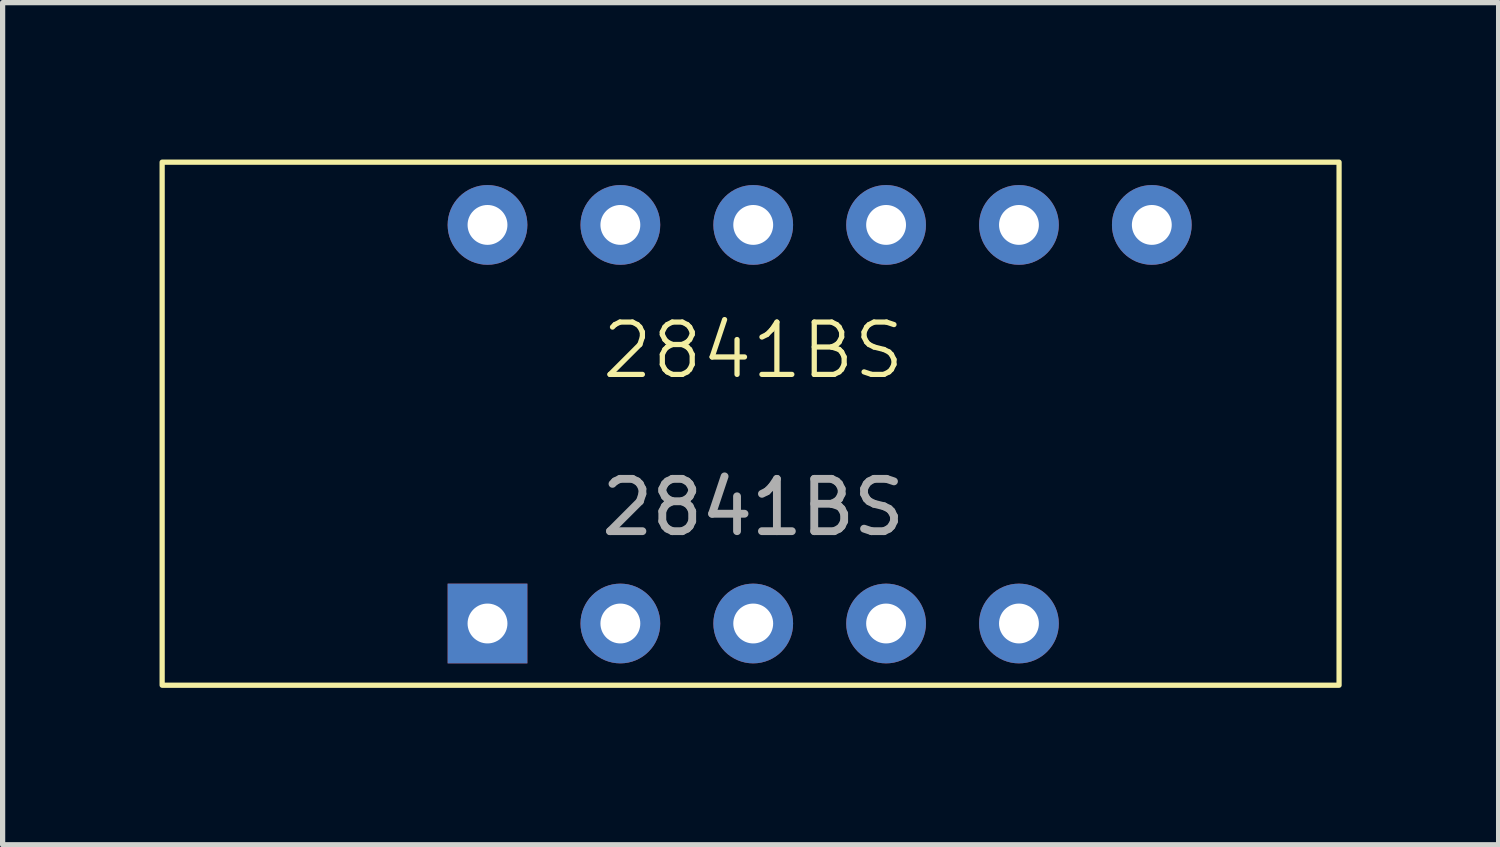
<source format=kicad_pcb>
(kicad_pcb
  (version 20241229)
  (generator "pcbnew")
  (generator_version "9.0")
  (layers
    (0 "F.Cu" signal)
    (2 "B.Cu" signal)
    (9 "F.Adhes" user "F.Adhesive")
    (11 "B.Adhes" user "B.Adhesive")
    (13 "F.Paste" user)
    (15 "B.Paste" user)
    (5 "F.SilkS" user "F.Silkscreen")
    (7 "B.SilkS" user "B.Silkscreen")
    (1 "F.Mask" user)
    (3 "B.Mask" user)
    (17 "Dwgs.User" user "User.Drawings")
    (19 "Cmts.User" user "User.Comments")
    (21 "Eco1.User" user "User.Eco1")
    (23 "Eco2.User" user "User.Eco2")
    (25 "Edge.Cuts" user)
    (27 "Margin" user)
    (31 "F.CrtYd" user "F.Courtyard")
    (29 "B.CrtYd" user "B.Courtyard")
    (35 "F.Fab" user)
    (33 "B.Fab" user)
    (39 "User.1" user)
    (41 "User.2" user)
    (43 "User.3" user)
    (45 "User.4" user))
  (footprint "2841BS"
    (layer "F.Cu")
    (at 11.35 5.85)
    (property "Reference" "2841BS" (at 0 -2.2 0) (unlocked yes) (layer "F.SilkS") (effects (font (size 1 1) (thickness 0.1))))
    (attr through_hole)
    (fp_rect (start -11.3 -5.8) (end 11.2 4.2) (stroke (width 0.1) (type default)) (fill no) (layer "F.SilkS"))
    (fp_text user "${REFERENCE}" (at 0 0.8 0) (unlocked yes) (layer "F.Fab") (effects (font (size 1 1) (thickness 0.15))))
    (pad "1" thru_hole rect (at -5.08 3.02) (size 1.524 1.524) (drill 0.762) (layers "*.Cu" "*.Mask"))
    (pad "2" thru_hole circle (at -2.54 3.02) (size 1.524 1.524) (drill 0.762) (layers "*.Cu" "*.Mask"))
    (pad "3" thru_hole circle (at 0 3.02) (size 1.524 1.524) (drill 0.762) (layers "*.Cu" "*.Mask"))
    (pad "4" thru_hole circle (at 2.54 3.02) (size 1.524 1.524) (drill 0.762) (layers "*.Cu" "*.Mask"))
    (pad "5" thru_hole circle (at 5.08 3.02) (size 1.524 1.524) (drill 0.762) (layers "*.Cu" "*.Mask"))
    (pad "7" thru_hole circle (at 7.62 -4.6) (size 1.524 1.524) (drill 0.762) (layers "*.Cu" "*.Mask"))
    (pad "8" thru_hole circle (at 5.08 -4.6) (size 1.524 1.524) (drill 0.762) (layers "*.Cu" "*.Mask"))
    (pad "9" thru_hole circle (at 2.54 -4.6) (size 1.524 1.524) (drill 0.762) (layers "*.Cu" "*.Mask"))
    (pad "10" thru_hole circle (at 0 -4.6) (size 1.524 1.524) (drill 0.762) (layers "*.Cu" "*.Mask"))
    (pad "11" thru_hole circle (at -2.54 -4.6) (size 1.524 1.524) (drill 0.762) (layers "*.Cu" "*.Mask"))
    (pad "12" thru_hole circle (at -5.08 -4.6) (size 1.524 1.524) (drill 0.762) (layers "*.Cu" "*.Mask")))
  (gr_rect
    (start -3 -3)
    (end 25.6 13.1)
    (stroke (width 0.1) (type default))
    (fill no)
    (layer "Edge.Cuts")))
</source>
